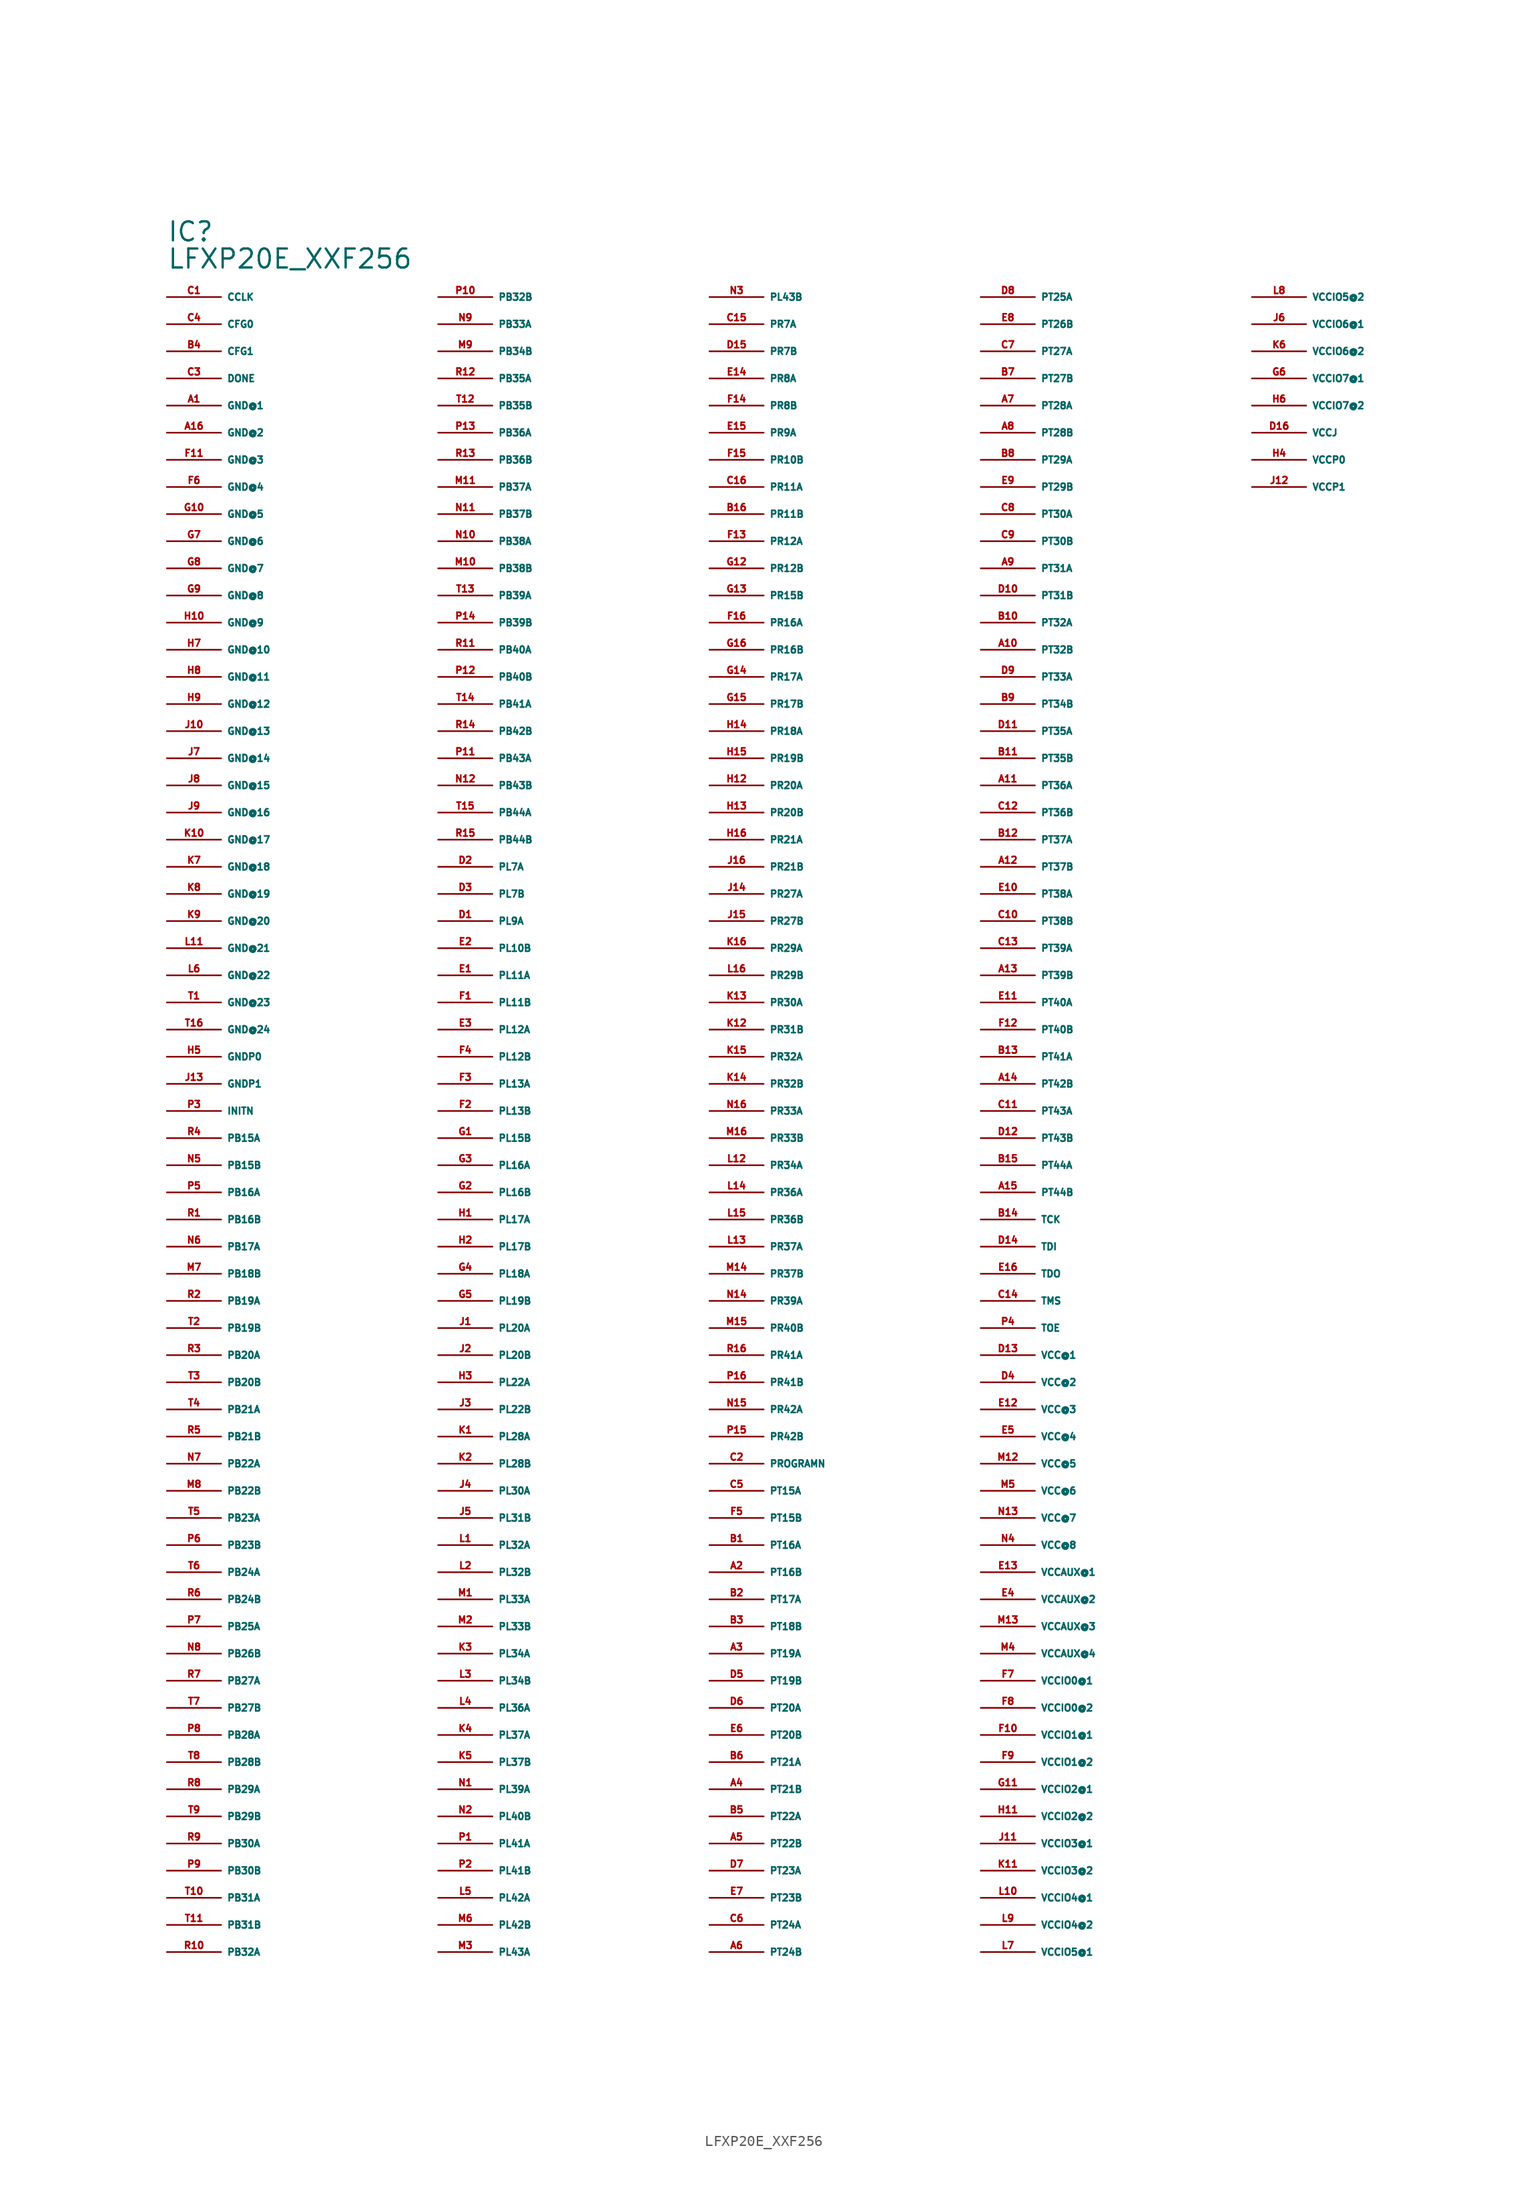
<source format=kicad_sym>
(kicad_symbol_lib
  (version 20220914)
  (generator Eagle2Kicad)
  (symbol "LFXP20E_XXF256"
    (property "Reference" "IC"
      (at -55.88 86.36 0)
      (effects (font (size 1.778 1.778) (thickness 0.22)) (justify left bottom)))
    (property "Value" "LFXP20E_XXF256"
      (at -55.88 83.82 0)
      (effects (font (size 1.778 1.778) (thickness 0.22)) (justify left bottom)))
    (pin bidirectional line
      (at -55.88 81.28 0)
      (length 5.08)
      (name "CCLK" (effects (font (size 0.635 0.635) (thickness 0.08)) (justify left bottom)))
      (number "C1" (effects (font (size 0.635 0.635) (thickness 0.08)) (justify left bottom))))
    (pin input line
      (at -55.88 78.74 0)
      (length 5.08)
      (name "CFG0" (effects (font (size 0.635 0.635) (thickness 0.08)) (justify left bottom)))
      (number "C4" (effects (font (size 0.635 0.635) (thickness 0.08)) (justify left bottom))))
    (pin input line
      (at -55.88 76.2 0)
      (length 5.08)
      (name "CFG1" (effects (font (size 0.635 0.635) (thickness 0.08)) (justify left bottom)))
      (number "B4" (effects (font (size 0.635 0.635) (thickness 0.08)) (justify left bottom))))
    (pin bidirectional line
      (at -55.88 73.66 0)
      (length 5.08)
      (name "DONE" (effects (font (size 0.635 0.635) (thickness 0.08)) (justify left bottom)))
      (number "C3" (effects (font (size 0.635 0.635) (thickness 0.08)) (justify left bottom))))
    (pin unspecified line
      (at -55.88 71.12 0)
      (length 5.08)
      (name "GND@1" (effects (font (size 0.635 0.635) (thickness 0.08)) (justify left bottom)))
      (number "A1" (effects (font (size 0.635 0.635) (thickness 0.08)) (justify left bottom))))
    (pin unspecified line
      (at -55.88 68.58 0)
      (length 5.08)
      (name "GND@2" (effects (font (size 0.635 0.635) (thickness 0.08)) (justify left bottom)))
      (number "A16" (effects (font (size 0.635 0.635) (thickness 0.08)) (justify left bottom))))
    (pin unspecified line
      (at -55.88 66.04 0)
      (length 5.08)
      (name "GND@3" (effects (font (size 0.635 0.635) (thickness 0.08)) (justify left bottom)))
      (number "F11" (effects (font (size 0.635 0.635) (thickness 0.08)) (justify left bottom))))
    (pin unspecified line
      (at -55.88 63.5 0)
      (length 5.08)
      (name "GND@4" (effects (font (size 0.635 0.635) (thickness 0.08)) (justify left bottom)))
      (number "F6" (effects (font (size 0.635 0.635) (thickness 0.08)) (justify left bottom))))
    (pin unspecified line
      (at -55.88 60.96 0)
      (length 5.08)
      (name "GND@5" (effects (font (size 0.635 0.635) (thickness 0.08)) (justify left bottom)))
      (number "G10" (effects (font (size 0.635 0.635) (thickness 0.08)) (justify left bottom))))
    (pin unspecified line
      (at -55.88 58.42 0)
      (length 5.08)
      (name "GND@6" (effects (font (size 0.635 0.635) (thickness 0.08)) (justify left bottom)))
      (number "G7" (effects (font (size 0.635 0.635) (thickness 0.08)) (justify left bottom))))
    (pin unspecified line
      (at -55.88 55.88 0)
      (length 5.08)
      (name "GND@7" (effects (font (size 0.635 0.635) (thickness 0.08)) (justify left bottom)))
      (number "G8" (effects (font (size 0.635 0.635) (thickness 0.08)) (justify left bottom))))
    (pin unspecified line
      (at -55.88 53.34 0)
      (length 5.08)
      (name "GND@8" (effects (font (size 0.635 0.635) (thickness 0.08)) (justify left bottom)))
      (number "G9" (effects (font (size 0.635 0.635) (thickness 0.08)) (justify left bottom))))
    (pin unspecified line
      (at -55.88 50.8 0)
      (length 5.08)
      (name "GND@9" (effects (font (size 0.635 0.635) (thickness 0.08)) (justify left bottom)))
      (number "H10" (effects (font (size 0.635 0.635) (thickness 0.08)) (justify left bottom))))
    (pin unspecified line
      (at -55.88 48.26 0)
      (length 5.08)
      (name "GND@10" (effects (font (size 0.635 0.635) (thickness 0.08)) (justify left bottom)))
      (number "H7" (effects (font (size 0.635 0.635) (thickness 0.08)) (justify left bottom))))
    (pin unspecified line
      (at -55.88 45.72 0)
      (length 5.08)
      (name "GND@11" (effects (font (size 0.635 0.635) (thickness 0.08)) (justify left bottom)))
      (number "H8" (effects (font (size 0.635 0.635) (thickness 0.08)) (justify left bottom))))
    (pin unspecified line
      (at -55.88 43.18 0)
      (length 5.08)
      (name "GND@12" (effects (font (size 0.635 0.635) (thickness 0.08)) (justify left bottom)))
      (number "H9" (effects (font (size 0.635 0.635) (thickness 0.08)) (justify left bottom))))
    (pin unspecified line
      (at -55.88 40.64 0)
      (length 5.08)
      (name "GND@13" (effects (font (size 0.635 0.635) (thickness 0.08)) (justify left bottom)))
      (number "J10" (effects (font (size 0.635 0.635) (thickness 0.08)) (justify left bottom))))
    (pin unspecified line
      (at -55.88 38.1 0)
      (length 5.08)
      (name "GND@14" (effects (font (size 0.635 0.635) (thickness 0.08)) (justify left bottom)))
      (number "J7" (effects (font (size 0.635 0.635) (thickness 0.08)) (justify left bottom))))
    (pin unspecified line
      (at -55.88 35.56 0)
      (length 5.08)
      (name "GND@15" (effects (font (size 0.635 0.635) (thickness 0.08)) (justify left bottom)))
      (number "J8" (effects (font (size 0.635 0.635) (thickness 0.08)) (justify left bottom))))
    (pin unspecified line
      (at -55.88 33.02 0)
      (length 5.08)
      (name "GND@16" (effects (font (size 0.635 0.635) (thickness 0.08)) (justify left bottom)))
      (number "J9" (effects (font (size 0.635 0.635) (thickness 0.08)) (justify left bottom))))
    (pin unspecified line
      (at -55.88 30.48 0)
      (length 5.08)
      (name "GND@17" (effects (font (size 0.635 0.635) (thickness 0.08)) (justify left bottom)))
      (number "K10" (effects (font (size 0.635 0.635) (thickness 0.08)) (justify left bottom))))
    (pin unspecified line
      (at -55.88 27.94 0)
      (length 5.08)
      (name "GND@18" (effects (font (size 0.635 0.635) (thickness 0.08)) (justify left bottom)))
      (number "K7" (effects (font (size 0.635 0.635) (thickness 0.08)) (justify left bottom))))
    (pin unspecified line
      (at -55.88 25.4 0)
      (length 5.08)
      (name "GND@19" (effects (font (size 0.635 0.635) (thickness 0.08)) (justify left bottom)))
      (number "K8" (effects (font (size 0.635 0.635) (thickness 0.08)) (justify left bottom))))
    (pin unspecified line
      (at -55.88 22.86 0)
      (length 5.08)
      (name "GND@20" (effects (font (size 0.635 0.635) (thickness 0.08)) (justify left bottom)))
      (number "K9" (effects (font (size 0.635 0.635) (thickness 0.08)) (justify left bottom))))
    (pin unspecified line
      (at -55.88 20.32 0)
      (length 5.08)
      (name "GND@21" (effects (font (size 0.635 0.635) (thickness 0.08)) (justify left bottom)))
      (number "L11" (effects (font (size 0.635 0.635) (thickness 0.08)) (justify left bottom))))
    (pin unspecified line
      (at -55.88 17.78 0)
      (length 5.08)
      (name "GND@22" (effects (font (size 0.635 0.635) (thickness 0.08)) (justify left bottom)))
      (number "L6" (effects (font (size 0.635 0.635) (thickness 0.08)) (justify left bottom))))
    (pin unspecified line
      (at -55.88 15.24 0)
      (length 5.08)
      (name "GND@23" (effects (font (size 0.635 0.635) (thickness 0.08)) (justify left bottom)))
      (number "T1" (effects (font (size 0.635 0.635) (thickness 0.08)) (justify left bottom))))
    (pin unspecified line
      (at -55.88 12.7 0)
      (length 5.08)
      (name "GND@24" (effects (font (size 0.635 0.635) (thickness 0.08)) (justify left bottom)))
      (number "T16" (effects (font (size 0.635 0.635) (thickness 0.08)) (justify left bottom))))
    (pin unspecified line
      (at -55.88 10.16 0)
      (length 5.08)
      (name "GNDP0" (effects (font (size 0.635 0.635) (thickness 0.08)) (justify left bottom)))
      (number "H5" (effects (font (size 0.635 0.635) (thickness 0.08)) (justify left bottom))))
    (pin unspecified line
      (at -55.88 7.62 0)
      (length 5.08)
      (name "GNDP1" (effects (font (size 0.635 0.635) (thickness 0.08)) (justify left bottom)))
      (number "J13" (effects (font (size 0.635 0.635) (thickness 0.08)) (justify left bottom))))
    (pin bidirectional line
      (at -55.88 5.08 0)
      (length 5.08)
      (name "INITN" (effects (font (size 0.635 0.635) (thickness 0.08)) (justify left bottom)))
      (number "P3" (effects (font (size 0.635 0.635) (thickness 0.08)) (justify left bottom))))
    (pin bidirectional line
      (at -55.88 2.54 0)
      (length 5.08)
      (name "PB15A" (effects (font (size 0.635 0.635) (thickness 0.08)) (justify left bottom)))
      (number "R4" (effects (font (size 0.635 0.635) (thickness 0.08)) (justify left bottom))))
    (pin bidirectional line
      (at -55.88 0 0)
      (length 5.08)
      (name "PB15B" (effects (font (size 0.635 0.635) (thickness 0.08)) (justify left bottom)))
      (number "N5" (effects (font (size 0.635 0.635) (thickness 0.08)) (justify left bottom))))
    (pin bidirectional line
      (at -55.88 -2.54 0)
      (length 5.08)
      (name "PB16A" (effects (font (size 0.635 0.635) (thickness 0.08)) (justify left bottom)))
      (number "P5" (effects (font (size 0.635 0.635) (thickness 0.08)) (justify left bottom))))
    (pin bidirectional line
      (at -55.88 -5.08 0)
      (length 5.08)
      (name "PB16B" (effects (font (size 0.635 0.635) (thickness 0.08)) (justify left bottom)))
      (number "R1" (effects (font (size 0.635 0.635) (thickness 0.08)) (justify left bottom))))
    (pin bidirectional line
      (at -55.88 -7.62 0)
      (length 5.08)
      (name "PB17A" (effects (font (size 0.635 0.635) (thickness 0.08)) (justify left bottom)))
      (number "N6" (effects (font (size 0.635 0.635) (thickness 0.08)) (justify left bottom))))
    (pin bidirectional line
      (at -55.88 -10.16 0)
      (length 5.08)
      (name "PB18B" (effects (font (size 0.635 0.635) (thickness 0.08)) (justify left bottom)))
      (number "M7" (effects (font (size 0.635 0.635) (thickness 0.08)) (justify left bottom))))
    (pin bidirectional line
      (at -55.88 -12.7 0)
      (length 5.08)
      (name "PB19A" (effects (font (size 0.635 0.635) (thickness 0.08)) (justify left bottom)))
      (number "R2" (effects (font (size 0.635 0.635) (thickness 0.08)) (justify left bottom))))
    (pin bidirectional line
      (at -55.88 -15.24 0)
      (length 5.08)
      (name "PB19B" (effects (font (size 0.635 0.635) (thickness 0.08)) (justify left bottom)))
      (number "T2" (effects (font (size 0.635 0.635) (thickness 0.08)) (justify left bottom))))
    (pin bidirectional line
      (at -55.88 -17.78 0)
      (length 5.08)
      (name "PB20A" (effects (font (size 0.635 0.635) (thickness 0.08)) (justify left bottom)))
      (number "R3" (effects (font (size 0.635 0.635) (thickness 0.08)) (justify left bottom))))
    (pin bidirectional line
      (at -55.88 -20.32 0)
      (length 5.08)
      (name "PB20B" (effects (font (size 0.635 0.635) (thickness 0.08)) (justify left bottom)))
      (number "T3" (effects (font (size 0.635 0.635) (thickness 0.08)) (justify left bottom))))
    (pin bidirectional line
      (at -55.88 -22.86 0)
      (length 5.08)
      (name "PB21A" (effects (font (size 0.635 0.635) (thickness 0.08)) (justify left bottom)))
      (number "T4" (effects (font (size 0.635 0.635) (thickness 0.08)) (justify left bottom))))
    (pin bidirectional line
      (at -55.88 -25.4 0)
      (length 5.08)
      (name "PB21B" (effects (font (size 0.635 0.635) (thickness 0.08)) (justify left bottom)))
      (number "R5" (effects (font (size 0.635 0.635) (thickness 0.08)) (justify left bottom))))
    (pin bidirectional line
      (at -55.88 -27.94 0)
      (length 5.08)
      (name "PB22A" (effects (font (size 0.635 0.635) (thickness 0.08)) (justify left bottom)))
      (number "N7" (effects (font (size 0.635 0.635) (thickness 0.08)) (justify left bottom))))
    (pin bidirectional line
      (at -55.88 -30.48 0)
      (length 5.08)
      (name "PB22B" (effects (font (size 0.635 0.635) (thickness 0.08)) (justify left bottom)))
      (number "M8" (effects (font (size 0.635 0.635) (thickness 0.08)) (justify left bottom))))
    (pin bidirectional line
      (at -55.88 -33.02 0)
      (length 5.08)
      (name "PB23A" (effects (font (size 0.635 0.635) (thickness 0.08)) (justify left bottom)))
      (number "T5" (effects (font (size 0.635 0.635) (thickness 0.08)) (justify left bottom))))
    (pin bidirectional line
      (at -55.88 -35.56 0)
      (length 5.08)
      (name "PB23B" (effects (font (size 0.635 0.635) (thickness 0.08)) (justify left bottom)))
      (number "P6" (effects (font (size 0.635 0.635) (thickness 0.08)) (justify left bottom))))
    (pin bidirectional line
      (at -55.88 -38.1 0)
      (length 5.08)
      (name "PB24A" (effects (font (size 0.635 0.635) (thickness 0.08)) (justify left bottom)))
      (number "T6" (effects (font (size 0.635 0.635) (thickness 0.08)) (justify left bottom))))
    (pin bidirectional line
      (at -55.88 -40.64 0)
      (length 5.08)
      (name "PB24B" (effects (font (size 0.635 0.635) (thickness 0.08)) (justify left bottom)))
      (number "R6" (effects (font (size 0.635 0.635) (thickness 0.08)) (justify left bottom))))
    (pin bidirectional line
      (at -55.88 -43.18 0)
      (length 5.08)
      (name "PB25A" (effects (font (size 0.635 0.635) (thickness 0.08)) (justify left bottom)))
      (number "P7" (effects (font (size 0.635 0.635) (thickness 0.08)) (justify left bottom))))
    (pin bidirectional line
      (at -55.88 -45.72 0)
      (length 5.08)
      (name "PB26B" (effects (font (size 0.635 0.635) (thickness 0.08)) (justify left bottom)))
      (number "N8" (effects (font (size 0.635 0.635) (thickness 0.08)) (justify left bottom))))
    (pin bidirectional line
      (at -55.88 -48.26 0)
      (length 5.08)
      (name "PB27A" (effects (font (size 0.635 0.635) (thickness 0.08)) (justify left bottom)))
      (number "R7" (effects (font (size 0.635 0.635) (thickness 0.08)) (justify left bottom))))
    (pin bidirectional line
      (at -55.88 -50.8 0)
      (length 5.08)
      (name "PB27B" (effects (font (size 0.635 0.635) (thickness 0.08)) (justify left bottom)))
      (number "T7" (effects (font (size 0.635 0.635) (thickness 0.08)) (justify left bottom))))
    (pin bidirectional line
      (at -55.88 -53.34 0)
      (length 5.08)
      (name "PB28A" (effects (font (size 0.635 0.635) (thickness 0.08)) (justify left bottom)))
      (number "P8" (effects (font (size 0.635 0.635) (thickness 0.08)) (justify left bottom))))
    (pin bidirectional line
      (at -55.88 -55.88 0)
      (length 5.08)
      (name "PB28B" (effects (font (size 0.635 0.635) (thickness 0.08)) (justify left bottom)))
      (number "T8" (effects (font (size 0.635 0.635) (thickness 0.08)) (justify left bottom))))
    (pin bidirectional line
      (at -55.88 -58.42 0)
      (length 5.08)
      (name "PB29A" (effects (font (size 0.635 0.635) (thickness 0.08)) (justify left bottom)))
      (number "R8" (effects (font (size 0.635 0.635) (thickness 0.08)) (justify left bottom))))
    (pin bidirectional line
      (at -55.88 -60.96 0)
      (length 5.08)
      (name "PB29B" (effects (font (size 0.635 0.635) (thickness 0.08)) (justify left bottom)))
      (number "T9" (effects (font (size 0.635 0.635) (thickness 0.08)) (justify left bottom))))
    (pin bidirectional line
      (at -55.88 -63.5 0)
      (length 5.08)
      (name "PB30A" (effects (font (size 0.635 0.635) (thickness 0.08)) (justify left bottom)))
      (number "R9" (effects (font (size 0.635 0.635) (thickness 0.08)) (justify left bottom))))
    (pin bidirectional line
      (at -55.88 -66.04 0)
      (length 5.08)
      (name "PB30B" (effects (font (size 0.635 0.635) (thickness 0.08)) (justify left bottom)))
      (number "P9" (effects (font (size 0.635 0.635) (thickness 0.08)) (justify left bottom))))
    (pin bidirectional line
      (at -55.88 -68.58 0)
      (length 5.08)
      (name "PB31A" (effects (font (size 0.635 0.635) (thickness 0.08)) (justify left bottom)))
      (number "T10" (effects (font (size 0.635 0.635) (thickness 0.08)) (justify left bottom))))
    (pin bidirectional line
      (at -55.88 -71.12 0)
      (length 5.08)
      (name "PB31B" (effects (font (size 0.635 0.635) (thickness 0.08)) (justify left bottom)))
      (number "T11" (effects (font (size 0.635 0.635) (thickness 0.08)) (justify left bottom))))
    (pin bidirectional line
      (at -55.88 -73.66 0)
      (length 5.08)
      (name "PB32A" (effects (font (size 0.635 0.635) (thickness 0.08)) (justify left bottom)))
      (number "R10" (effects (font (size 0.635 0.635) (thickness 0.08)) (justify left bottom))))
    (pin bidirectional line
      (at -30.48 81.28 0)
      (length 5.08)
      (name "PB32B" (effects (font (size 0.635 0.635) (thickness 0.08)) (justify left bottom)))
      (number "P10" (effects (font (size 0.635 0.635) (thickness 0.08)) (justify left bottom))))
    (pin bidirectional line
      (at -30.48 78.74 0)
      (length 5.08)
      (name "PB33A" (effects (font (size 0.635 0.635) (thickness 0.08)) (justify left bottom)))
      (number "N9" (effects (font (size 0.635 0.635) (thickness 0.08)) (justify left bottom))))
    (pin bidirectional line
      (at -30.48 76.2 0)
      (length 5.08)
      (name "PB34B" (effects (font (size 0.635 0.635) (thickness 0.08)) (justify left bottom)))
      (number "M9" (effects (font (size 0.635 0.635) (thickness 0.08)) (justify left bottom))))
    (pin bidirectional line
      (at -30.48 73.66 0)
      (length 5.08)
      (name "PB35A" (effects (font (size 0.635 0.635) (thickness 0.08)) (justify left bottom)))
      (number "R12" (effects (font (size 0.635 0.635) (thickness 0.08)) (justify left bottom))))
    (pin bidirectional line
      (at -30.48 71.12 0)
      (length 5.08)
      (name "PB35B" (effects (font (size 0.635 0.635) (thickness 0.08)) (justify left bottom)))
      (number "T12" (effects (font (size 0.635 0.635) (thickness 0.08)) (justify left bottom))))
    (pin bidirectional line
      (at -30.48 68.58 0)
      (length 5.08)
      (name "PB36A" (effects (font (size 0.635 0.635) (thickness 0.08)) (justify left bottom)))
      (number "P13" (effects (font (size 0.635 0.635) (thickness 0.08)) (justify left bottom))))
    (pin bidirectional line
      (at -30.48 66.04 0)
      (length 5.08)
      (name "PB36B" (effects (font (size 0.635 0.635) (thickness 0.08)) (justify left bottom)))
      (number "R13" (effects (font (size 0.635 0.635) (thickness 0.08)) (justify left bottom))))
    (pin bidirectional line
      (at -30.48 63.5 0)
      (length 5.08)
      (name "PB37A" (effects (font (size 0.635 0.635) (thickness 0.08)) (justify left bottom)))
      (number "M11" (effects (font (size 0.635 0.635) (thickness 0.08)) (justify left bottom))))
    (pin bidirectional line
      (at -30.48 60.96 0)
      (length 5.08)
      (name "PB37B" (effects (font (size 0.635 0.635) (thickness 0.08)) (justify left bottom)))
      (number "N11" (effects (font (size 0.635 0.635) (thickness 0.08)) (justify left bottom))))
    (pin bidirectional line
      (at -30.48 58.42 0)
      (length 5.08)
      (name "PB38A" (effects (font (size 0.635 0.635) (thickness 0.08)) (justify left bottom)))
      (number "N10" (effects (font (size 0.635 0.635) (thickness 0.08)) (justify left bottom))))
    (pin bidirectional line
      (at -30.48 55.88 0)
      (length 5.08)
      (name "PB38B" (effects (font (size 0.635 0.635) (thickness 0.08)) (justify left bottom)))
      (number "M10" (effects (font (size 0.635 0.635) (thickness 0.08)) (justify left bottom))))
    (pin bidirectional line
      (at -30.48 53.34 0)
      (length 5.08)
      (name "PB39A" (effects (font (size 0.635 0.635) (thickness 0.08)) (justify left bottom)))
      (number "T13" (effects (font (size 0.635 0.635) (thickness 0.08)) (justify left bottom))))
    (pin bidirectional line
      (at -30.48 50.8 0)
      (length 5.08)
      (name "PB39B" (effects (font (size 0.635 0.635) (thickness 0.08)) (justify left bottom)))
      (number "P14" (effects (font (size 0.635 0.635) (thickness 0.08)) (justify left bottom))))
    (pin bidirectional line
      (at -30.48 48.26 0)
      (length 5.08)
      (name "PB40A" (effects (font (size 0.635 0.635) (thickness 0.08)) (justify left bottom)))
      (number "R11" (effects (font (size 0.635 0.635) (thickness 0.08)) (justify left bottom))))
    (pin bidirectional line
      (at -30.48 45.72 0)
      (length 5.08)
      (name "PB40B" (effects (font (size 0.635 0.635) (thickness 0.08)) (justify left bottom)))
      (number "P12" (effects (font (size 0.635 0.635) (thickness 0.08)) (justify left bottom))))
    (pin bidirectional line
      (at -30.48 43.18 0)
      (length 5.08)
      (name "PB41A" (effects (font (size 0.635 0.635) (thickness 0.08)) (justify left bottom)))
      (number "T14" (effects (font (size 0.635 0.635) (thickness 0.08)) (justify left bottom))))
    (pin bidirectional line
      (at -30.48 40.64 0)
      (length 5.08)
      (name "PB42B" (effects (font (size 0.635 0.635) (thickness 0.08)) (justify left bottom)))
      (number "R14" (effects (font (size 0.635 0.635) (thickness 0.08)) (justify left bottom))))
    (pin bidirectional line
      (at -30.48 38.1 0)
      (length 5.08)
      (name "PB43A" (effects (font (size 0.635 0.635) (thickness 0.08)) (justify left bottom)))
      (number "P11" (effects (font (size 0.635 0.635) (thickness 0.08)) (justify left bottom))))
    (pin bidirectional line
      (at -30.48 35.56 0)
      (length 5.08)
      (name "PB43B" (effects (font (size 0.635 0.635) (thickness 0.08)) (justify left bottom)))
      (number "N12" (effects (font (size 0.635 0.635) (thickness 0.08)) (justify left bottom))))
    (pin bidirectional line
      (at -30.48 33.02 0)
      (length 5.08)
      (name "PB44A" (effects (font (size 0.635 0.635) (thickness 0.08)) (justify left bottom)))
      (number "T15" (effects (font (size 0.635 0.635) (thickness 0.08)) (justify left bottom))))
    (pin bidirectional line
      (at -30.48 30.48 0)
      (length 5.08)
      (name "PB44B" (effects (font (size 0.635 0.635) (thickness 0.08)) (justify left bottom)))
      (number "R15" (effects (font (size 0.635 0.635) (thickness 0.08)) (justify left bottom))))
    (pin bidirectional line
      (at -30.48 27.94 0)
      (length 5.08)
      (name "PL7A" (effects (font (size 0.635 0.635) (thickness 0.08)) (justify left bottom)))
      (number "D2" (effects (font (size 0.635 0.635) (thickness 0.08)) (justify left bottom))))
    (pin bidirectional line
      (at -30.48 25.4 0)
      (length 5.08)
      (name "PL7B" (effects (font (size 0.635 0.635) (thickness 0.08)) (justify left bottom)))
      (number "D3" (effects (font (size 0.635 0.635) (thickness 0.08)) (justify left bottom))))
    (pin bidirectional line
      (at -30.48 22.86 0)
      (length 5.08)
      (name "PL9A" (effects (font (size 0.635 0.635) (thickness 0.08)) (justify left bottom)))
      (number "D1" (effects (font (size 0.635 0.635) (thickness 0.08)) (justify left bottom))))
    (pin bidirectional line
      (at -30.48 20.32 0)
      (length 5.08)
      (name "PL10B" (effects (font (size 0.635 0.635) (thickness 0.08)) (justify left bottom)))
      (number "E2" (effects (font (size 0.635 0.635) (thickness 0.08)) (justify left bottom))))
    (pin bidirectional line
      (at -30.48 17.78 0)
      (length 5.08)
      (name "PL11A" (effects (font (size 0.635 0.635) (thickness 0.08)) (justify left bottom)))
      (number "E1" (effects (font (size 0.635 0.635) (thickness 0.08)) (justify left bottom))))
    (pin bidirectional line
      (at -30.48 15.24 0)
      (length 5.08)
      (name "PL11B" (effects (font (size 0.635 0.635) (thickness 0.08)) (justify left bottom)))
      (number "F1" (effects (font (size 0.635 0.635) (thickness 0.08)) (justify left bottom))))
    (pin bidirectional line
      (at -30.48 12.7 0)
      (length 5.08)
      (name "PL12A" (effects (font (size 0.635 0.635) (thickness 0.08)) (justify left bottom)))
      (number "E3" (effects (font (size 0.635 0.635) (thickness 0.08)) (justify left bottom))))
    (pin bidirectional line
      (at -30.48 10.16 0)
      (length 5.08)
      (name "PL12B" (effects (font (size 0.635 0.635) (thickness 0.08)) (justify left bottom)))
      (number "F4" (effects (font (size 0.635 0.635) (thickness 0.08)) (justify left bottom))))
    (pin bidirectional line
      (at -30.48 7.62 0)
      (length 5.08)
      (name "PL13A" (effects (font (size 0.635 0.635) (thickness 0.08)) (justify left bottom)))
      (number "F3" (effects (font (size 0.635 0.635) (thickness 0.08)) (justify left bottom))))
    (pin bidirectional line
      (at -30.48 5.08 0)
      (length 5.08)
      (name "PL13B" (effects (font (size 0.635 0.635) (thickness 0.08)) (justify left bottom)))
      (number "F2" (effects (font (size 0.635 0.635) (thickness 0.08)) (justify left bottom))))
    (pin bidirectional line
      (at -30.48 2.54 0)
      (length 5.08)
      (name "PL15B" (effects (font (size 0.635 0.635) (thickness 0.08)) (justify left bottom)))
      (number "G1" (effects (font (size 0.635 0.635) (thickness 0.08)) (justify left bottom))))
    (pin bidirectional line
      (at -30.48 0 0)
      (length 5.08)
      (name "PL16A" (effects (font (size 0.635 0.635) (thickness 0.08)) (justify left bottom)))
      (number "G3" (effects (font (size 0.635 0.635) (thickness 0.08)) (justify left bottom))))
    (pin bidirectional line
      (at -30.48 -2.54 0)
      (length 5.08)
      (name "PL16B" (effects (font (size 0.635 0.635) (thickness 0.08)) (justify left bottom)))
      (number "G2" (effects (font (size 0.635 0.635) (thickness 0.08)) (justify left bottom))))
    (pin bidirectional line
      (at -30.48 -5.08 0)
      (length 5.08)
      (name "PL17A" (effects (font (size 0.635 0.635) (thickness 0.08)) (justify left bottom)))
      (number "H1" (effects (font (size 0.635 0.635) (thickness 0.08)) (justify left bottom))))
    (pin bidirectional line
      (at -30.48 -7.62 0)
      (length 5.08)
      (name "PL17B" (effects (font (size 0.635 0.635) (thickness 0.08)) (justify left bottom)))
      (number "H2" (effects (font (size 0.635 0.635) (thickness 0.08)) (justify left bottom))))
    (pin bidirectional line
      (at -30.48 -10.16 0)
      (length 5.08)
      (name "PL18A" (effects (font (size 0.635 0.635) (thickness 0.08)) (justify left bottom)))
      (number "G4" (effects (font (size 0.635 0.635) (thickness 0.08)) (justify left bottom))))
    (pin bidirectional line
      (at -30.48 -12.7 0)
      (length 5.08)
      (name "PL19B" (effects (font (size 0.635 0.635) (thickness 0.08)) (justify left bottom)))
      (number "G5" (effects (font (size 0.635 0.635) (thickness 0.08)) (justify left bottom))))
    (pin bidirectional line
      (at -30.48 -15.24 0)
      (length 5.08)
      (name "PL20A" (effects (font (size 0.635 0.635) (thickness 0.08)) (justify left bottom)))
      (number "J1" (effects (font (size 0.635 0.635) (thickness 0.08)) (justify left bottom))))
    (pin bidirectional line
      (at -30.48 -17.78 0)
      (length 5.08)
      (name "PL20B" (effects (font (size 0.635 0.635) (thickness 0.08)) (justify left bottom)))
      (number "J2" (effects (font (size 0.635 0.635) (thickness 0.08)) (justify left bottom))))
    (pin bidirectional line
      (at -30.48 -20.32 0)
      (length 5.08)
      (name "PL22A" (effects (font (size 0.635 0.635) (thickness 0.08)) (justify left bottom)))
      (number "H3" (effects (font (size 0.635 0.635) (thickness 0.08)) (justify left bottom))))
    (pin bidirectional line
      (at -30.48 -22.86 0)
      (length 5.08)
      (name "PL22B" (effects (font (size 0.635 0.635) (thickness 0.08)) (justify left bottom)))
      (number "J3" (effects (font (size 0.635 0.635) (thickness 0.08)) (justify left bottom))))
    (pin bidirectional line
      (at -30.48 -25.4 0)
      (length 5.08)
      (name "PL28A" (effects (font (size 0.635 0.635) (thickness 0.08)) (justify left bottom)))
      (number "K1" (effects (font (size 0.635 0.635) (thickness 0.08)) (justify left bottom))))
    (pin bidirectional line
      (at -30.48 -27.94 0)
      (length 5.08)
      (name "PL28B" (effects (font (size 0.635 0.635) (thickness 0.08)) (justify left bottom)))
      (number "K2" (effects (font (size 0.635 0.635) (thickness 0.08)) (justify left bottom))))
    (pin bidirectional line
      (at -30.48 -30.48 0)
      (length 5.08)
      (name "PL30A" (effects (font (size 0.635 0.635) (thickness 0.08)) (justify left bottom)))
      (number "J4" (effects (font (size 0.635 0.635) (thickness 0.08)) (justify left bottom))))
    (pin bidirectional line
      (at -30.48 -33.02 0)
      (length 5.08)
      (name "PL31B" (effects (font (size 0.635 0.635) (thickness 0.08)) (justify left bottom)))
      (number "J5" (effects (font (size 0.635 0.635) (thickness 0.08)) (justify left bottom))))
    (pin bidirectional line
      (at -30.48 -35.56 0)
      (length 5.08)
      (name "PL32A" (effects (font (size 0.635 0.635) (thickness 0.08)) (justify left bottom)))
      (number "L1" (effects (font (size 0.635 0.635) (thickness 0.08)) (justify left bottom))))
    (pin bidirectional line
      (at -30.48 -38.1 0)
      (length 5.08)
      (name "PL32B" (effects (font (size 0.635 0.635) (thickness 0.08)) (justify left bottom)))
      (number "L2" (effects (font (size 0.635 0.635) (thickness 0.08)) (justify left bottom))))
    (pin bidirectional line
      (at -30.48 -40.64 0)
      (length 5.08)
      (name "PL33A" (effects (font (size 0.635 0.635) (thickness 0.08)) (justify left bottom)))
      (number "M1" (effects (font (size 0.635 0.635) (thickness 0.08)) (justify left bottom))))
    (pin bidirectional line
      (at -30.48 -43.18 0)
      (length 5.08)
      (name "PL33B" (effects (font (size 0.635 0.635) (thickness 0.08)) (justify left bottom)))
      (number "M2" (effects (font (size 0.635 0.635) (thickness 0.08)) (justify left bottom))))
    (pin bidirectional line
      (at -30.48 -45.72 0)
      (length 5.08)
      (name "PL34A" (effects (font (size 0.635 0.635) (thickness 0.08)) (justify left bottom)))
      (number "K3" (effects (font (size 0.635 0.635) (thickness 0.08)) (justify left bottom))))
    (pin bidirectional line
      (at -30.48 -48.26 0)
      (length 5.08)
      (name "PL34B" (effects (font (size 0.635 0.635) (thickness 0.08)) (justify left bottom)))
      (number "L3" (effects (font (size 0.635 0.635) (thickness 0.08)) (justify left bottom))))
    (pin bidirectional line
      (at -30.48 -50.8 0)
      (length 5.08)
      (name "PL36A" (effects (font (size 0.635 0.635) (thickness 0.08)) (justify left bottom)))
      (number "L4" (effects (font (size 0.635 0.635) (thickness 0.08)) (justify left bottom))))
    (pin bidirectional line
      (at -30.48 -53.34 0)
      (length 5.08)
      (name "PL37A" (effects (font (size 0.635 0.635) (thickness 0.08)) (justify left bottom)))
      (number "K4" (effects (font (size 0.635 0.635) (thickness 0.08)) (justify left bottom))))
    (pin bidirectional line
      (at -30.48 -55.88 0)
      (length 5.08)
      (name "PL37B" (effects (font (size 0.635 0.635) (thickness 0.08)) (justify left bottom)))
      (number "K5" (effects (font (size 0.635 0.635) (thickness 0.08)) (justify left bottom))))
    (pin bidirectional line
      (at -30.48 -58.42 0)
      (length 5.08)
      (name "PL39A" (effects (font (size 0.635 0.635) (thickness 0.08)) (justify left bottom)))
      (number "N1" (effects (font (size 0.635 0.635) (thickness 0.08)) (justify left bottom))))
    (pin bidirectional line
      (at -30.48 -60.96 0)
      (length 5.08)
      (name "PL40B" (effects (font (size 0.635 0.635) (thickness 0.08)) (justify left bottom)))
      (number "N2" (effects (font (size 0.635 0.635) (thickness 0.08)) (justify left bottom))))
    (pin bidirectional line
      (at -30.48 -63.5 0)
      (length 5.08)
      (name "PL41A" (effects (font (size 0.635 0.635) (thickness 0.08)) (justify left bottom)))
      (number "P1" (effects (font (size 0.635 0.635) (thickness 0.08)) (justify left bottom))))
    (pin bidirectional line
      (at -30.48 -66.04 0)
      (length 5.08)
      (name "PL41B" (effects (font (size 0.635 0.635) (thickness 0.08)) (justify left bottom)))
      (number "P2" (effects (font (size 0.635 0.635) (thickness 0.08)) (justify left bottom))))
    (pin bidirectional line
      (at -30.48 -68.58 0)
      (length 5.08)
      (name "PL42A" (effects (font (size 0.635 0.635) (thickness 0.08)) (justify left bottom)))
      (number "L5" (effects (font (size 0.635 0.635) (thickness 0.08)) (justify left bottom))))
    (pin bidirectional line
      (at -30.48 -71.12 0)
      (length 5.08)
      (name "PL42B" (effects (font (size 0.635 0.635) (thickness 0.08)) (justify left bottom)))
      (number "M6" (effects (font (size 0.635 0.635) (thickness 0.08)) (justify left bottom))))
    (pin bidirectional line
      (at -30.48 -73.66 0)
      (length 5.08)
      (name "PL43A" (effects (font (size 0.635 0.635) (thickness 0.08)) (justify left bottom)))
      (number "M3" (effects (font (size 0.635 0.635) (thickness 0.08)) (justify left bottom))))
    (pin bidirectional line
      (at -5.08 81.28 0)
      (length 5.08)
      (name "PL43B" (effects (font (size 0.635 0.635) (thickness 0.08)) (justify left bottom)))
      (number "N3" (effects (font (size 0.635 0.635) (thickness 0.08)) (justify left bottom))))
    (pin bidirectional line
      (at -5.08 78.74 0)
      (length 5.08)
      (name "PR7A" (effects (font (size 0.635 0.635) (thickness 0.08)) (justify left bottom)))
      (number "C15" (effects (font (size 0.635 0.635) (thickness 0.08)) (justify left bottom))))
    (pin bidirectional line
      (at -5.08 76.2 0)
      (length 5.08)
      (name "PR7B" (effects (font (size 0.635 0.635) (thickness 0.08)) (justify left bottom)))
      (number "D15" (effects (font (size 0.635 0.635) (thickness 0.08)) (justify left bottom))))
    (pin bidirectional line
      (at -5.08 73.66 0)
      (length 5.08)
      (name "PR8A" (effects (font (size 0.635 0.635) (thickness 0.08)) (justify left bottom)))
      (number "E14" (effects (font (size 0.635 0.635) (thickness 0.08)) (justify left bottom))))
    (pin bidirectional line
      (at -5.08 71.12 0)
      (length 5.08)
      (name "PR8B" (effects (font (size 0.635 0.635) (thickness 0.08)) (justify left bottom)))
      (number "F14" (effects (font (size 0.635 0.635) (thickness 0.08)) (justify left bottom))))
    (pin bidirectional line
      (at -5.08 68.58 0)
      (length 5.08)
      (name "PR9A" (effects (font (size 0.635 0.635) (thickness 0.08)) (justify left bottom)))
      (number "E15" (effects (font (size 0.635 0.635) (thickness 0.08)) (justify left bottom))))
    (pin bidirectional line
      (at -5.08 66.04 0)
      (length 5.08)
      (name "PR10B" (effects (font (size 0.635 0.635) (thickness 0.08)) (justify left bottom)))
      (number "F15" (effects (font (size 0.635 0.635) (thickness 0.08)) (justify left bottom))))
    (pin bidirectional line
      (at -5.08 63.5 0)
      (length 5.08)
      (name "PR11A" (effects (font (size 0.635 0.635) (thickness 0.08)) (justify left bottom)))
      (number "C16" (effects (font (size 0.635 0.635) (thickness 0.08)) (justify left bottom))))
    (pin bidirectional line
      (at -5.08 60.96 0)
      (length 5.08)
      (name "PR11B" (effects (font (size 0.635 0.635) (thickness 0.08)) (justify left bottom)))
      (number "B16" (effects (font (size 0.635 0.635) (thickness 0.08)) (justify left bottom))))
    (pin bidirectional line
      (at -5.08 58.42 0)
      (length 5.08)
      (name "PR12A" (effects (font (size 0.635 0.635) (thickness 0.08)) (justify left bottom)))
      (number "F13" (effects (font (size 0.635 0.635) (thickness 0.08)) (justify left bottom))))
    (pin bidirectional line
      (at -5.08 55.88 0)
      (length 5.08)
      (name "PR12B" (effects (font (size 0.635 0.635) (thickness 0.08)) (justify left bottom)))
      (number "G12" (effects (font (size 0.635 0.635) (thickness 0.08)) (justify left bottom))))
    (pin bidirectional line
      (at -5.08 53.34 0)
      (length 5.08)
      (name "PR15B" (effects (font (size 0.635 0.635) (thickness 0.08)) (justify left bottom)))
      (number "G13" (effects (font (size 0.635 0.635) (thickness 0.08)) (justify left bottom))))
    (pin bidirectional line
      (at -5.08 50.8 0)
      (length 5.08)
      (name "PR16A" (effects (font (size 0.635 0.635) (thickness 0.08)) (justify left bottom)))
      (number "F16" (effects (font (size 0.635 0.635) (thickness 0.08)) (justify left bottom))))
    (pin bidirectional line
      (at -5.08 48.26 0)
      (length 5.08)
      (name "PR16B" (effects (font (size 0.635 0.635) (thickness 0.08)) (justify left bottom)))
      (number "G16" (effects (font (size 0.635 0.635) (thickness 0.08)) (justify left bottom))))
    (pin bidirectional line
      (at -5.08 45.72 0)
      (length 5.08)
      (name "PR17A" (effects (font (size 0.635 0.635) (thickness 0.08)) (justify left bottom)))
      (number "G14" (effects (font (size 0.635 0.635) (thickness 0.08)) (justify left bottom))))
    (pin bidirectional line
      (at -5.08 43.18 0)
      (length 5.08)
      (name "PR17B" (effects (font (size 0.635 0.635) (thickness 0.08)) (justify left bottom)))
      (number "G15" (effects (font (size 0.635 0.635) (thickness 0.08)) (justify left bottom))))
    (pin bidirectional line
      (at -5.08 40.64 0)
      (length 5.08)
      (name "PR18A" (effects (font (size 0.635 0.635) (thickness 0.08)) (justify left bottom)))
      (number "H14" (effects (font (size 0.635 0.635) (thickness 0.08)) (justify left bottom))))
    (pin bidirectional line
      (at -5.08 38.1 0)
      (length 5.08)
      (name "PR19B" (effects (font (size 0.635 0.635) (thickness 0.08)) (justify left bottom)))
      (number "H15" (effects (font (size 0.635 0.635) (thickness 0.08)) (justify left bottom))))
    (pin bidirectional line
      (at -5.08 35.56 0)
      (length 5.08)
      (name "PR20A" (effects (font (size 0.635 0.635) (thickness 0.08)) (justify left bottom)))
      (number "H12" (effects (font (size 0.635 0.635) (thickness 0.08)) (justify left bottom))))
    (pin bidirectional line
      (at -5.08 33.02 0)
      (length 5.08)
      (name "PR20B" (effects (font (size 0.635 0.635) (thickness 0.08)) (justify left bottom)))
      (number "H13" (effects (font (size 0.635 0.635) (thickness 0.08)) (justify left bottom))))
    (pin bidirectional line
      (at -5.08 30.48 0)
      (length 5.08)
      (name "PR21A" (effects (font (size 0.635 0.635) (thickness 0.08)) (justify left bottom)))
      (number "H16" (effects (font (size 0.635 0.635) (thickness 0.08)) (justify left bottom))))
    (pin bidirectional line
      (at -5.08 27.94 0)
      (length 5.08)
      (name "PR21B" (effects (font (size 0.635 0.635) (thickness 0.08)) (justify left bottom)))
      (number "J16" (effects (font (size 0.635 0.635) (thickness 0.08)) (justify left bottom))))
    (pin bidirectional line
      (at -5.08 25.4 0)
      (length 5.08)
      (name "PR27A" (effects (font (size 0.635 0.635) (thickness 0.08)) (justify left bottom)))
      (number "J14" (effects (font (size 0.635 0.635) (thickness 0.08)) (justify left bottom))))
    (pin bidirectional line
      (at -5.08 22.86 0)
      (length 5.08)
      (name "PR27B" (effects (font (size 0.635 0.635) (thickness 0.08)) (justify left bottom)))
      (number "J15" (effects (font (size 0.635 0.635) (thickness 0.08)) (justify left bottom))))
    (pin bidirectional line
      (at -5.08 20.32 0)
      (length 5.08)
      (name "PR29A" (effects (font (size 0.635 0.635) (thickness 0.08)) (justify left bottom)))
      (number "K16" (effects (font (size 0.635 0.635) (thickness 0.08)) (justify left bottom))))
    (pin bidirectional line
      (at -5.08 17.78 0)
      (length 5.08)
      (name "PR29B" (effects (font (size 0.635 0.635) (thickness 0.08)) (justify left bottom)))
      (number "L16" (effects (font (size 0.635 0.635) (thickness 0.08)) (justify left bottom))))
    (pin bidirectional line
      (at -5.08 15.24 0)
      (length 5.08)
      (name "PR30A" (effects (font (size 0.635 0.635) (thickness 0.08)) (justify left bottom)))
      (number "K13" (effects (font (size 0.635 0.635) (thickness 0.08)) (justify left bottom))))
    (pin bidirectional line
      (at -5.08 12.7 0)
      (length 5.08)
      (name "PR31B" (effects (font (size 0.635 0.635) (thickness 0.08)) (justify left bottom)))
      (number "K12" (effects (font (size 0.635 0.635) (thickness 0.08)) (justify left bottom))))
    (pin bidirectional line
      (at -5.08 10.16 0)
      (length 5.08)
      (name "PR32A" (effects (font (size 0.635 0.635) (thickness 0.08)) (justify left bottom)))
      (number "K15" (effects (font (size 0.635 0.635) (thickness 0.08)) (justify left bottom))))
    (pin bidirectional line
      (at -5.08 7.62 0)
      (length 5.08)
      (name "PR32B" (effects (font (size 0.635 0.635) (thickness 0.08)) (justify left bottom)))
      (number "K14" (effects (font (size 0.635 0.635) (thickness 0.08)) (justify left bottom))))
    (pin bidirectional line
      (at -5.08 5.08 0)
      (length 5.08)
      (name "PR33A" (effects (font (size 0.635 0.635) (thickness 0.08)) (justify left bottom)))
      (number "N16" (effects (font (size 0.635 0.635) (thickness 0.08)) (justify left bottom))))
    (pin bidirectional line
      (at -5.08 2.54 0)
      (length 5.08)
      (name "PR33B" (effects (font (size 0.635 0.635) (thickness 0.08)) (justify left bottom)))
      (number "M16" (effects (font (size 0.635 0.635) (thickness 0.08)) (justify left bottom))))
    (pin bidirectional line
      (at -5.08 0 0)
      (length 5.08)
      (name "PR34A" (effects (font (size 0.635 0.635) (thickness 0.08)) (justify left bottom)))
      (number "L12" (effects (font (size 0.635 0.635) (thickness 0.08)) (justify left bottom))))
    (pin bidirectional line
      (at -5.08 -2.54 0)
      (length 5.08)
      (name "PR36A" (effects (font (size 0.635 0.635) (thickness 0.08)) (justify left bottom)))
      (number "L14" (effects (font (size 0.635 0.635) (thickness 0.08)) (justify left bottom))))
    (pin bidirectional line
      (at -5.08 -5.08 0)
      (length 5.08)
      (name "PR36B" (effects (font (size 0.635 0.635) (thickness 0.08)) (justify left bottom)))
      (number "L15" (effects (font (size 0.635 0.635) (thickness 0.08)) (justify left bottom))))
    (pin bidirectional line
      (at -5.08 -7.62 0)
      (length 5.08)
      (name "PR37A" (effects (font (size 0.635 0.635) (thickness 0.08)) (justify left bottom)))
      (number "L13" (effects (font (size 0.635 0.635) (thickness 0.08)) (justify left bottom))))
    (pin bidirectional line
      (at -5.08 -10.16 0)
      (length 5.08)
      (name "PR37B" (effects (font (size 0.635 0.635) (thickness 0.08)) (justify left bottom)))
      (number "M14" (effects (font (size 0.635 0.635) (thickness 0.08)) (justify left bottom))))
    (pin bidirectional line
      (at -5.08 -12.7 0)
      (length 5.08)
      (name "PR39A" (effects (font (size 0.635 0.635) (thickness 0.08)) (justify left bottom)))
      (number "N14" (effects (font (size 0.635 0.635) (thickness 0.08)) (justify left bottom))))
    (pin bidirectional line
      (at -5.08 -15.24 0)
      (length 5.08)
      (name "PR40B" (effects (font (size 0.635 0.635) (thickness 0.08)) (justify left bottom)))
      (number "M15" (effects (font (size 0.635 0.635) (thickness 0.08)) (justify left bottom))))
    (pin bidirectional line
      (at -5.08 -17.78 0)
      (length 5.08)
      (name "PR41A" (effects (font (size 0.635 0.635) (thickness 0.08)) (justify left bottom)))
      (number "R16" (effects (font (size 0.635 0.635) (thickness 0.08)) (justify left bottom))))
    (pin bidirectional line
      (at -5.08 -20.32 0)
      (length 5.08)
      (name "PR41B" (effects (font (size 0.635 0.635) (thickness 0.08)) (justify left bottom)))
      (number "P16" (effects (font (size 0.635 0.635) (thickness 0.08)) (justify left bottom))))
    (pin bidirectional line
      (at -5.08 -22.86 0)
      (length 5.08)
      (name "PR42A" (effects (font (size 0.635 0.635) (thickness 0.08)) (justify left bottom)))
      (number "N15" (effects (font (size 0.635 0.635) (thickness 0.08)) (justify left bottom))))
    (pin bidirectional line
      (at -5.08 -25.4 0)
      (length 5.08)
      (name "PR42B" (effects (font (size 0.635 0.635) (thickness 0.08)) (justify left bottom)))
      (number "P15" (effects (font (size 0.635 0.635) (thickness 0.08)) (justify left bottom))))
    (pin input line
      (at -5.08 -27.94 0)
      (length 5.08)
      (name "PROGRAMN" (effects (font (size 0.635 0.635) (thickness 0.08)) (justify left bottom)))
      (number "C2" (effects (font (size 0.635 0.635) (thickness 0.08)) (justify left bottom))))
    (pin bidirectional line
      (at -5.08 -30.48 0)
      (length 5.08)
      (name "PT15A" (effects (font (size 0.635 0.635) (thickness 0.08)) (justify left bottom)))
      (number "C5" (effects (font (size 0.635 0.635) (thickness 0.08)) (justify left bottom))))
    (pin bidirectional line
      (at -5.08 -33.02 0)
      (length 5.08)
      (name "PT15B" (effects (font (size 0.635 0.635) (thickness 0.08)) (justify left bottom)))
      (number "F5" (effects (font (size 0.635 0.635) (thickness 0.08)) (justify left bottom))))
    (pin bidirectional line
      (at -5.08 -35.56 0)
      (length 5.08)
      (name "PT16A" (effects (font (size 0.635 0.635) (thickness 0.08)) (justify left bottom)))
      (number "B1" (effects (font (size 0.635 0.635) (thickness 0.08)) (justify left bottom))))
    (pin bidirectional line
      (at -5.08 -38.1 0)
      (length 5.08)
      (name "PT16B" (effects (font (size 0.635 0.635) (thickness 0.08)) (justify left bottom)))
      (number "A2" (effects (font (size 0.635 0.635) (thickness 0.08)) (justify left bottom))))
    (pin bidirectional line
      (at -5.08 -40.64 0)
      (length 5.08)
      (name "PT17A" (effects (font (size 0.635 0.635) (thickness 0.08)) (justify left bottom)))
      (number "B2" (effects (font (size 0.635 0.635) (thickness 0.08)) (justify left bottom))))
    (pin bidirectional line
      (at -5.08 -43.18 0)
      (length 5.08)
      (name "PT18B" (effects (font (size 0.635 0.635) (thickness 0.08)) (justify left bottom)))
      (number "B3" (effects (font (size 0.635 0.635) (thickness 0.08)) (justify left bottom))))
    (pin bidirectional line
      (at -5.08 -45.72 0)
      (length 5.08)
      (name "PT19A" (effects (font (size 0.635 0.635) (thickness 0.08)) (justify left bottom)))
      (number "A3" (effects (font (size 0.635 0.635) (thickness 0.08)) (justify left bottom))))
    (pin bidirectional line
      (at -5.08 -48.26 0)
      (length 5.08)
      (name "PT19B" (effects (font (size 0.635 0.635) (thickness 0.08)) (justify left bottom)))
      (number "D5" (effects (font (size 0.635 0.635) (thickness 0.08)) (justify left bottom))))
    (pin bidirectional line
      (at -5.08 -50.8 0)
      (length 5.08)
      (name "PT20A" (effects (font (size 0.635 0.635) (thickness 0.08)) (justify left bottom)))
      (number "D6" (effects (font (size 0.635 0.635) (thickness 0.08)) (justify left bottom))))
    (pin bidirectional line
      (at -5.08 -53.34 0)
      (length 5.08)
      (name "PT20B" (effects (font (size 0.635 0.635) (thickness 0.08)) (justify left bottom)))
      (number "E6" (effects (font (size 0.635 0.635) (thickness 0.08)) (justify left bottom))))
    (pin bidirectional line
      (at -5.08 -55.88 0)
      (length 5.08)
      (name "PT21A" (effects (font (size 0.635 0.635) (thickness 0.08)) (justify left bottom)))
      (number "B6" (effects (font (size 0.635 0.635) (thickness 0.08)) (justify left bottom))))
    (pin bidirectional line
      (at -5.08 -58.42 0)
      (length 5.08)
      (name "PT21B" (effects (font (size 0.635 0.635) (thickness 0.08)) (justify left bottom)))
      (number "A4" (effects (font (size 0.635 0.635) (thickness 0.08)) (justify left bottom))))
    (pin bidirectional line
      (at -5.08 -60.96 0)
      (length 5.08)
      (name "PT22A" (effects (font (size 0.635 0.635) (thickness 0.08)) (justify left bottom)))
      (number "B5" (effects (font (size 0.635 0.635) (thickness 0.08)) (justify left bottom))))
    (pin bidirectional line
      (at -5.08 -63.5 0)
      (length 5.08)
      (name "PT22B" (effects (font (size 0.635 0.635) (thickness 0.08)) (justify left bottom)))
      (number "A5" (effects (font (size 0.635 0.635) (thickness 0.08)) (justify left bottom))))
    (pin bidirectional line
      (at -5.08 -66.04 0)
      (length 5.08)
      (name "PT23A" (effects (font (size 0.635 0.635) (thickness 0.08)) (justify left bottom)))
      (number "D7" (effects (font (size 0.635 0.635) (thickness 0.08)) (justify left bottom))))
    (pin bidirectional line
      (at -5.08 -68.58 0)
      (length 5.08)
      (name "PT23B" (effects (font (size 0.635 0.635) (thickness 0.08)) (justify left bottom)))
      (number "E7" (effects (font (size 0.635 0.635) (thickness 0.08)) (justify left bottom))))
    (pin bidirectional line
      (at -5.08 -71.12 0)
      (length 5.08)
      (name "PT24A" (effects (font (size 0.635 0.635) (thickness 0.08)) (justify left bottom)))
      (number "C6" (effects (font (size 0.635 0.635) (thickness 0.08)) (justify left bottom))))
    (pin bidirectional line
      (at -5.08 -73.66 0)
      (length 5.08)
      (name "PT24B" (effects (font (size 0.635 0.635) (thickness 0.08)) (justify left bottom)))
      (number "A6" (effects (font (size 0.635 0.635) (thickness 0.08)) (justify left bottom))))
    (pin bidirectional line
      (at 20.32 81.28 0)
      (length 5.08)
      (name "PT25A" (effects (font (size 0.635 0.635) (thickness 0.08)) (justify left bottom)))
      (number "D8" (effects (font (size 0.635 0.635) (thickness 0.08)) (justify left bottom))))
    (pin bidirectional line
      (at 20.32 78.74 0)
      (length 5.08)
      (name "PT26B" (effects (font (size 0.635 0.635) (thickness 0.08)) (justify left bottom)))
      (number "E8" (effects (font (size 0.635 0.635) (thickness 0.08)) (justify left bottom))))
    (pin bidirectional line
      (at 20.32 76.2 0)
      (length 5.08)
      (name "PT27A" (effects (font (size 0.635 0.635) (thickness 0.08)) (justify left bottom)))
      (number "C7" (effects (font (size 0.635 0.635) (thickness 0.08)) (justify left bottom))))
    (pin bidirectional line
      (at 20.32 73.66 0)
      (length 5.08)
      (name "PT27B" (effects (font (size 0.635 0.635) (thickness 0.08)) (justify left bottom)))
      (number "B7" (effects (font (size 0.635 0.635) (thickness 0.08)) (justify left bottom))))
    (pin bidirectional line
      (at 20.32 71.12 0)
      (length 5.08)
      (name "PT28A" (effects (font (size 0.635 0.635) (thickness 0.08)) (justify left bottom)))
      (number "A7" (effects (font (size 0.635 0.635) (thickness 0.08)) (justify left bottom))))
    (pin bidirectional line
      (at 20.32 68.58 0)
      (length 5.08)
      (name "PT28B" (effects (font (size 0.635 0.635) (thickness 0.08)) (justify left bottom)))
      (number "A8" (effects (font (size 0.635 0.635) (thickness 0.08)) (justify left bottom))))
    (pin bidirectional line
      (at 20.32 66.04 0)
      (length 5.08)
      (name "PT29A" (effects (font (size 0.635 0.635) (thickness 0.08)) (justify left bottom)))
      (number "B8" (effects (font (size 0.635 0.635) (thickness 0.08)) (justify left bottom))))
    (pin bidirectional line
      (at 20.32 63.5 0)
      (length 5.08)
      (name "PT29B" (effects (font (size 0.635 0.635) (thickness 0.08)) (justify left bottom)))
      (number "E9" (effects (font (size 0.635 0.635) (thickness 0.08)) (justify left bottom))))
    (pin bidirectional line
      (at 20.32 60.96 0)
      (length 5.08)
      (name "PT30A" (effects (font (size 0.635 0.635) (thickness 0.08)) (justify left bottom)))
      (number "C8" (effects (font (size 0.635 0.635) (thickness 0.08)) (justify left bottom))))
    (pin bidirectional line
      (at 20.32 58.42 0)
      (length 5.08)
      (name "PT30B" (effects (font (size 0.635 0.635) (thickness 0.08)) (justify left bottom)))
      (number "C9" (effects (font (size 0.635 0.635) (thickness 0.08)) (justify left bottom))))
    (pin bidirectional line
      (at 20.32 55.88 0)
      (length 5.08)
      (name "PT31A" (effects (font (size 0.635 0.635) (thickness 0.08)) (justify left bottom)))
      (number "A9" (effects (font (size 0.635 0.635) (thickness 0.08)) (justify left bottom))))
    (pin bidirectional line
      (at 20.32 53.34 0)
      (length 5.08)
      (name "PT31B" (effects (font (size 0.635 0.635) (thickness 0.08)) (justify left bottom)))
      (number "D10" (effects (font (size 0.635 0.635) (thickness 0.08)) (justify left bottom))))
    (pin bidirectional line
      (at 20.32 50.8 0)
      (length 5.08)
      (name "PT32A" (effects (font (size 0.635 0.635) (thickness 0.08)) (justify left bottom)))
      (number "B10" (effects (font (size 0.635 0.635) (thickness 0.08)) (justify left bottom))))
    (pin bidirectional line
      (at 20.32 48.26 0)
      (length 5.08)
      (name "PT32B" (effects (font (size 0.635 0.635) (thickness 0.08)) (justify left bottom)))
      (number "A10" (effects (font (size 0.635 0.635) (thickness 0.08)) (justify left bottom))))
    (pin bidirectional line
      (at 20.32 45.72 0)
      (length 5.08)
      (name "PT33A" (effects (font (size 0.635 0.635) (thickness 0.08)) (justify left bottom)))
      (number "D9" (effects (font (size 0.635 0.635) (thickness 0.08)) (justify left bottom))))
    (pin bidirectional line
      (at 20.32 43.18 0)
      (length 5.08)
      (name "PT34B" (effects (font (size 0.635 0.635) (thickness 0.08)) (justify left bottom)))
      (number "B9" (effects (font (size 0.635 0.635) (thickness 0.08)) (justify left bottom))))
    (pin bidirectional line
      (at 20.32 40.64 0)
      (length 5.08)
      (name "PT35A" (effects (font (size 0.635 0.635) (thickness 0.08)) (justify left bottom)))
      (number "D11" (effects (font (size 0.635 0.635) (thickness 0.08)) (justify left bottom))))
    (pin bidirectional line
      (at 20.32 38.1 0)
      (length 5.08)
      (name "PT35B" (effects (font (size 0.635 0.635) (thickness 0.08)) (justify left bottom)))
      (number "B11" (effects (font (size 0.635 0.635) (thickness 0.08)) (justify left bottom))))
    (pin bidirectional line
      (at 20.32 35.56 0)
      (length 5.08)
      (name "PT36A" (effects (font (size 0.635 0.635) (thickness 0.08)) (justify left bottom)))
      (number "A11" (effects (font (size 0.635 0.635) (thickness 0.08)) (justify left bottom))))
    (pin bidirectional line
      (at 20.32 33.02 0)
      (length 5.08)
      (name "PT36B" (effects (font (size 0.635 0.635) (thickness 0.08)) (justify left bottom)))
      (number "C12" (effects (font (size 0.635 0.635) (thickness 0.08)) (justify left bottom))))
    (pin bidirectional line
      (at 20.32 30.48 0)
      (length 5.08)
      (name "PT37A" (effects (font (size 0.635 0.635) (thickness 0.08)) (justify left bottom)))
      (number "B12" (effects (font (size 0.635 0.635) (thickness 0.08)) (justify left bottom))))
    (pin bidirectional line
      (at 20.32 27.94 0)
      (length 5.08)
      (name "PT37B" (effects (font (size 0.635 0.635) (thickness 0.08)) (justify left bottom)))
      (number "A12" (effects (font (size 0.635 0.635) (thickness 0.08)) (justify left bottom))))
    (pin bidirectional line
      (at 20.32 25.4 0)
      (length 5.08)
      (name "PT38A" (effects (font (size 0.635 0.635) (thickness 0.08)) (justify left bottom)))
      (number "E10" (effects (font (size 0.635 0.635) (thickness 0.08)) (justify left bottom))))
    (pin bidirectional line
      (at 20.32 22.86 0)
      (length 5.08)
      (name "PT38B" (effects (font (size 0.635 0.635) (thickness 0.08)) (justify left bottom)))
      (number "C10" (effects (font (size 0.635 0.635) (thickness 0.08)) (justify left bottom))))
    (pin bidirectional line
      (at 20.32 20.32 0)
      (length 5.08)
      (name "PT39A" (effects (font (size 0.635 0.635) (thickness 0.08)) (justify left bottom)))
      (number "C13" (effects (font (size 0.635 0.635) (thickness 0.08)) (justify left bottom))))
    (pin bidirectional line
      (at 20.32 17.78 0)
      (length 5.08)
      (name "PT39B" (effects (font (size 0.635 0.635) (thickness 0.08)) (justify left bottom)))
      (number "A13" (effects (font (size 0.635 0.635) (thickness 0.08)) (justify left bottom))))
    (pin bidirectional line
      (at 20.32 15.24 0)
      (length 5.08)
      (name "PT40A" (effects (font (size 0.635 0.635) (thickness 0.08)) (justify left bottom)))
      (number "E11" (effects (font (size 0.635 0.635) (thickness 0.08)) (justify left bottom))))
    (pin bidirectional line
      (at 20.32 12.7 0)
      (length 5.08)
      (name "PT40B" (effects (font (size 0.635 0.635) (thickness 0.08)) (justify left bottom)))
      (number "F12" (effects (font (size 0.635 0.635) (thickness 0.08)) (justify left bottom))))
    (pin bidirectional line
      (at 20.32 10.16 0)
      (length 5.08)
      (name "PT41A" (effects (font (size 0.635 0.635) (thickness 0.08)) (justify left bottom)))
      (number "B13" (effects (font (size 0.635 0.635) (thickness 0.08)) (justify left bottom))))
    (pin bidirectional line
      (at 20.32 7.62 0)
      (length 5.08)
      (name "PT42B" (effects (font (size 0.635 0.635) (thickness 0.08)) (justify left bottom)))
      (number "A14" (effects (font (size 0.635 0.635) (thickness 0.08)) (justify left bottom))))
    (pin bidirectional line
      (at 20.32 5.08 0)
      (length 5.08)
      (name "PT43A" (effects (font (size 0.635 0.635) (thickness 0.08)) (justify left bottom)))
      (number "C11" (effects (font (size 0.635 0.635) (thickness 0.08)) (justify left bottom))))
    (pin bidirectional line
      (at 20.32 2.54 0)
      (length 5.08)
      (name "PT43B" (effects (font (size 0.635 0.635) (thickness 0.08)) (justify left bottom)))
      (number "D12" (effects (font (size 0.635 0.635) (thickness 0.08)) (justify left bottom))))
    (pin bidirectional line
      (at 20.32 0 0)
      (length 5.08)
      (name "PT44A" (effects (font (size 0.635 0.635) (thickness 0.08)) (justify left bottom)))
      (number "B15" (effects (font (size 0.635 0.635) (thickness 0.08)) (justify left bottom))))
    (pin bidirectional line
      (at 20.32 -2.54 0)
      (length 5.08)
      (name "PT44B" (effects (font (size 0.635 0.635) (thickness 0.08)) (justify left bottom)))
      (number "A15" (effects (font (size 0.635 0.635) (thickness 0.08)) (justify left bottom))))
    (pin input line
      (at 20.32 -5.08 0)
      (length 5.08)
      (name "TCK" (effects (font (size 0.635 0.635) (thickness 0.08)) (justify left bottom)))
      (number "B14" (effects (font (size 0.635 0.635) (thickness 0.08)) (justify left bottom))))
    (pin input line
      (at 20.32 -7.62 0)
      (length 5.08)
      (name "TDI" (effects (font (size 0.635 0.635) (thickness 0.08)) (justify left bottom)))
      (number "D14" (effects (font (size 0.635 0.635) (thickness 0.08)) (justify left bottom))))
    (pin output line
      (at 20.32 -10.16 0)
      (length 5.08)
      (name "TDO" (effects (font (size 0.635 0.635) (thickness 0.08)) (justify left bottom)))
      (number "E16" (effects (font (size 0.635 0.635) (thickness 0.08)) (justify left bottom))))
    (pin input line
      (at 20.32 -12.7 0)
      (length 5.08)
      (name "TMS" (effects (font (size 0.635 0.635) (thickness 0.08)) (justify left bottom)))
      (number "C14" (effects (font (size 0.635 0.635) (thickness 0.08)) (justify left bottom))))
    (pin input line
      (at 20.32 -15.24 0)
      (length 5.08)
      (name "TOE" (effects (font (size 0.635 0.635) (thickness 0.08)) (justify left bottom)))
      (number "P4" (effects (font (size 0.635 0.635) (thickness 0.08)) (justify left bottom))))
    (pin unspecified line
      (at 20.32 -17.78 0)
      (length 5.08)
      (name "VCC@1" (effects (font (size 0.635 0.635) (thickness 0.08)) (justify left bottom)))
      (number "D13" (effects (font (size 0.635 0.635) (thickness 0.08)) (justify left bottom))))
    (pin unspecified line
      (at 20.32 -20.32 0)
      (length 5.08)
      (name "VCC@2" (effects (font (size 0.635 0.635) (thickness 0.08)) (justify left bottom)))
      (number "D4" (effects (font (size 0.635 0.635) (thickness 0.08)) (justify left bottom))))
    (pin unspecified line
      (at 20.32 -22.86 0)
      (length 5.08)
      (name "VCC@3" (effects (font (size 0.635 0.635) (thickness 0.08)) (justify left bottom)))
      (number "E12" (effects (font (size 0.635 0.635) (thickness 0.08)) (justify left bottom))))
    (pin unspecified line
      (at 20.32 -25.4 0)
      (length 5.08)
      (name "VCC@4" (effects (font (size 0.635 0.635) (thickness 0.08)) (justify left bottom)))
      (number "E5" (effects (font (size 0.635 0.635) (thickness 0.08)) (justify left bottom))))
    (pin unspecified line
      (at 20.32 -27.94 0)
      (length 5.08)
      (name "VCC@5" (effects (font (size 0.635 0.635) (thickness 0.08)) (justify left bottom)))
      (number "M12" (effects (font (size 0.635 0.635) (thickness 0.08)) (justify left bottom))))
    (pin unspecified line
      (at 20.32 -30.48 0)
      (length 5.08)
      (name "VCC@6" (effects (font (size 0.635 0.635) (thickness 0.08)) (justify left bottom)))
      (number "M5" (effects (font (size 0.635 0.635) (thickness 0.08)) (justify left bottom))))
    (pin unspecified line
      (at 20.32 -33.02 0)
      (length 5.08)
      (name "VCC@7" (effects (font (size 0.635 0.635) (thickness 0.08)) (justify left bottom)))
      (number "N13" (effects (font (size 0.635 0.635) (thickness 0.08)) (justify left bottom))))
    (pin unspecified line
      (at 20.32 -35.56 0)
      (length 5.08)
      (name "VCC@8" (effects (font (size 0.635 0.635) (thickness 0.08)) (justify left bottom)))
      (number "N4" (effects (font (size 0.635 0.635) (thickness 0.08)) (justify left bottom))))
    (pin unspecified line
      (at 20.32 -38.1 0)
      (length 5.08)
      (name "VCCAUX@1" (effects (font (size 0.635 0.635) (thickness 0.08)) (justify left bottom)))
      (number "E13" (effects (font (size 0.635 0.635) (thickness 0.08)) (justify left bottom))))
    (pin unspecified line
      (at 20.32 -40.64 0)
      (length 5.08)
      (name "VCCAUX@2" (effects (font (size 0.635 0.635) (thickness 0.08)) (justify left bottom)))
      (number "E4" (effects (font (size 0.635 0.635) (thickness 0.08)) (justify left bottom))))
    (pin unspecified line
      (at 20.32 -43.18 0)
      (length 5.08)
      (name "VCCAUX@3" (effects (font (size 0.635 0.635) (thickness 0.08)) (justify left bottom)))
      (number "M13" (effects (font (size 0.635 0.635) (thickness 0.08)) (justify left bottom))))
    (pin unspecified line
      (at 20.32 -45.72 0)
      (length 5.08)
      (name "VCCAUX@4" (effects (font (size 0.635 0.635) (thickness 0.08)) (justify left bottom)))
      (number "M4" (effects (font (size 0.635 0.635) (thickness 0.08)) (justify left bottom))))
    (pin unspecified line
      (at 20.32 -48.26 0)
      (length 5.08)
      (name "VCCIO0@1" (effects (font (size 0.635 0.635) (thickness 0.08)) (justify left bottom)))
      (number "F7" (effects (font (size 0.635 0.635) (thickness 0.08)) (justify left bottom))))
    (pin unspecified line
      (at 20.32 -50.8 0)
      (length 5.08)
      (name "VCCIO0@2" (effects (font (size 0.635 0.635) (thickness 0.08)) (justify left bottom)))
      (number "F8" (effects (font (size 0.635 0.635) (thickness 0.08)) (justify left bottom))))
    (pin unspecified line
      (at 20.32 -53.34 0)
      (length 5.08)
      (name "VCCIO1@1" (effects (font (size 0.635 0.635) (thickness 0.08)) (justify left bottom)))
      (number "F10" (effects (font (size 0.635 0.635) (thickness 0.08)) (justify left bottom))))
    (pin unspecified line
      (at 20.32 -55.88 0)
      (length 5.08)
      (name "VCCIO1@2" (effects (font (size 0.635 0.635) (thickness 0.08)) (justify left bottom)))
      (number "F9" (effects (font (size 0.635 0.635) (thickness 0.08)) (justify left bottom))))
    (pin unspecified line
      (at 20.32 -58.42 0)
      (length 5.08)
      (name "VCCIO2@1" (effects (font (size 0.635 0.635) (thickness 0.08)) (justify left bottom)))
      (number "G11" (effects (font (size 0.635 0.635) (thickness 0.08)) (justify left bottom))))
    (pin unspecified line
      (at 20.32 -60.96 0)
      (length 5.08)
      (name "VCCIO2@2" (effects (font (size 0.635 0.635) (thickness 0.08)) (justify left bottom)))
      (number "H11" (effects (font (size 0.635 0.635) (thickness 0.08)) (justify left bottom))))
    (pin unspecified line
      (at 20.32 -63.5 0)
      (length 5.08)
      (name "VCCIO3@1" (effects (font (size 0.635 0.635) (thickness 0.08)) (justify left bottom)))
      (number "J11" (effects (font (size 0.635 0.635) (thickness 0.08)) (justify left bottom))))
    (pin unspecified line
      (at 20.32 -66.04 0)
      (length 5.08)
      (name "VCCIO3@2" (effects (font (size 0.635 0.635) (thickness 0.08)) (justify left bottom)))
      (number "K11" (effects (font (size 0.635 0.635) (thickness 0.08)) (justify left bottom))))
    (pin unspecified line
      (at 20.32 -68.58 0)
      (length 5.08)
      (name "VCCIO4@1" (effects (font (size 0.635 0.635) (thickness 0.08)) (justify left bottom)))
      (number "L10" (effects (font (size 0.635 0.635) (thickness 0.08)) (justify left bottom))))
    (pin unspecified line
      (at 20.32 -71.12 0)
      (length 5.08)
      (name "VCCIO4@2" (effects (font (size 0.635 0.635) (thickness 0.08)) (justify left bottom)))
      (number "L9" (effects (font (size 0.635 0.635) (thickness 0.08)) (justify left bottom))))
    (pin unspecified line
      (at 20.32 -73.66 0)
      (length 5.08)
      (name "VCCIO5@1" (effects (font (size 0.635 0.635) (thickness 0.08)) (justify left bottom)))
      (number "L7" (effects (font (size 0.635 0.635) (thickness 0.08)) (justify left bottom))))
    (pin unspecified line
      (at 45.72 81.28 0)
      (length 5.08)
      (name "VCCIO5@2" (effects (font (size 0.635 0.635) (thickness 0.08)) (justify left bottom)))
      (number "L8" (effects (font (size 0.635 0.635) (thickness 0.08)) (justify left bottom))))
    (pin unspecified line
      (at 45.72 78.74 0)
      (length 5.08)
      (name "VCCIO6@1" (effects (font (size 0.635 0.635) (thickness 0.08)) (justify left bottom)))
      (number "J6" (effects (font (size 0.635 0.635) (thickness 0.08)) (justify left bottom))))
    (pin unspecified line
      (at 45.72 76.2 0)
      (length 5.08)
      (name "VCCIO6@2" (effects (font (size 0.635 0.635) (thickness 0.08)) (justify left bottom)))
      (number "K6" (effects (font (size 0.635 0.635) (thickness 0.08)) (justify left bottom))))
    (pin unspecified line
      (at 45.72 73.66 0)
      (length 5.08)
      (name "VCCIO7@1" (effects (font (size 0.635 0.635) (thickness 0.08)) (justify left bottom)))
      (number "G6" (effects (font (size 0.635 0.635) (thickness 0.08)) (justify left bottom))))
    (pin unspecified line
      (at 45.72 71.12 0)
      (length 5.08)
      (name "VCCIO7@2" (effects (font (size 0.635 0.635) (thickness 0.08)) (justify left bottom)))
      (number "H6" (effects (font (size 0.635 0.635) (thickness 0.08)) (justify left bottom))))
    (pin unspecified line
      (at 45.72 68.58 0)
      (length 5.08)
      (name "VCCJ" (effects (font (size 0.635 0.635) (thickness 0.08)) (justify left bottom)))
      (number "D16" (effects (font (size 0.635 0.635) (thickness 0.08)) (justify left bottom))))
    (pin unspecified line
      (at 45.72 66.04 0)
      (length 5.08)
      (name "VCCP0" (effects (font (size 0.635 0.635) (thickness 0.08)) (justify left bottom)))
      (number "H4" (effects (font (size 0.635 0.635) (thickness 0.08)) (justify left bottom))))
    (pin unspecified line
      (at 45.72 63.5 0)
      (length 5.08)
      (name "VCCP1" (effects (font (size 0.635 0.635) (thickness 0.08)) (justify left bottom)))
      (number "J12" (effects (font (size 0.635 0.635) (thickness 0.08)) (justify left bottom))))))
</source>
